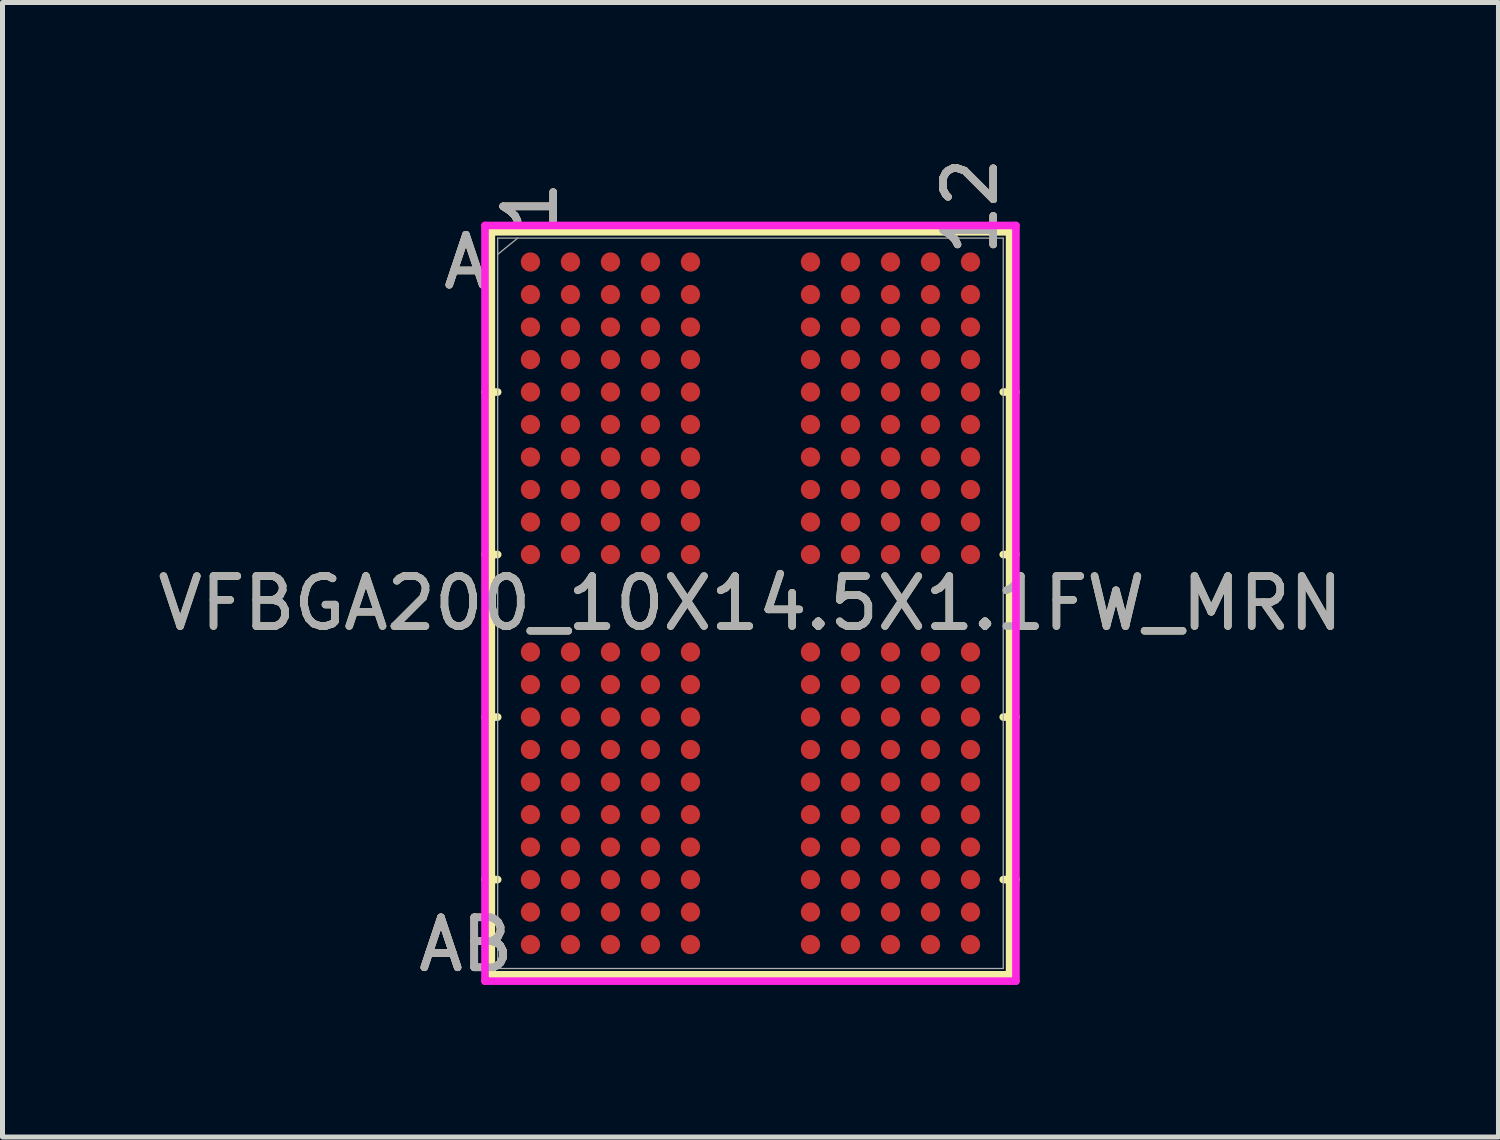
<source format=kicad_pcb>
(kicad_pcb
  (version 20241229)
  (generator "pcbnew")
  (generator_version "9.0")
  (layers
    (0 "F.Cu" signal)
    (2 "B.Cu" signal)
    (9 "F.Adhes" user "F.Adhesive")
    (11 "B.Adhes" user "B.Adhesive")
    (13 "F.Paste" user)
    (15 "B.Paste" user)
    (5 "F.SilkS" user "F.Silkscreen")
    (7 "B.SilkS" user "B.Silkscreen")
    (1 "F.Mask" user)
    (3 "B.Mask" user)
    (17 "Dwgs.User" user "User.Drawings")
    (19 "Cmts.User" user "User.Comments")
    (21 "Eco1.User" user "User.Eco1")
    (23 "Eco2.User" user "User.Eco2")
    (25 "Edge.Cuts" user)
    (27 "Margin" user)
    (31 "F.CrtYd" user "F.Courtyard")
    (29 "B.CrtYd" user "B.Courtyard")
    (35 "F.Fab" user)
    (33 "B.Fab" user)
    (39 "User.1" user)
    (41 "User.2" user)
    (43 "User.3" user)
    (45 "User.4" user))
  (footprint "VFBGA200_10X14.5X1.1FW_MRN"
    (layer "F.Cu")
    (at 11.958 9.015)
    (property "Reference" "VFBGA200_10X14.5X1.1FW_MRN" (at 0 0 0) (unlocked yes) (layer "F.SilkS") (effects (font (size 1 1) (thickness 0.15))))
    (attr smd)
    (fp_line (start -5.182 -7.429) (end -5.182 7.429) (stroke (width 0.152) (type solid)) (layer "F.SilkS"))
    (fp_line (start -5.182 7.429) (end 5.182 7.429) (stroke (width 0.152) (type solid)) (layer "F.SilkS"))
    (fp_line (start -5.055 -4.225) (end -5.309 -4.225) (stroke (width 0.152) (type solid)) (layer "F.SilkS"))
    (fp_line (start -5.055 -0.975) (end -5.309 -0.975) (stroke (width 0.152) (type solid)) (layer "F.SilkS"))
    (fp_line (start -5.055 2.275) (end -5.309 2.275) (stroke (width 0.152) (type solid)) (layer "F.SilkS"))
    (fp_line (start -5.055 5.525) (end -5.309 5.525) (stroke (width 0.152) (type solid)) (layer "F.SilkS"))
    (fp_line (start 5.055 -4.225) (end 5.309 -4.225) (stroke (width 0.152) (type solid)) (layer "F.SilkS"))
    (fp_line (start 5.055 -0.975) (end 5.309 -0.975) (stroke (width 0.152) (type solid)) (layer "F.SilkS"))
    (fp_line (start 5.055 2.275) (end 5.309 2.275) (stroke (width 0.152) (type solid)) (layer "F.SilkS"))
    (fp_line (start 5.055 5.525) (end 5.309 5.525) (stroke (width 0.152) (type solid)) (layer "F.SilkS"))
    (fp_line (start 5.182 -7.429) (end -5.182 -7.429) (stroke (width 0.152) (type solid)) (layer "F.SilkS"))
    (fp_line (start 5.182 7.429) (end 5.182 -7.429) (stroke (width 0.152) (type solid)) (layer "F.SilkS"))
    (fp_poly (pts (xy -5.245 -7.595) (xy 5.245 -7.595) (xy 5.245 7.595) (xy -5.245 7.595)) (stroke (width 0.1) (type solid)) (fill no) (layer "Eco2.User"))
    (fp_line (start -5.309 -7.556) (end 5.309 -7.556) (stroke (width 0.152) (type solid)) (layer "F.CrtYd"))
    (fp_line (start -5.309 7.556) (end -5.309 -7.556) (stroke (width 0.152) (type solid)) (layer "F.CrtYd"))
    (fp_line (start 5.309 -7.556) (end 5.309 7.556) (stroke (width 0.152) (type solid)) (layer "F.CrtYd"))
    (fp_line (start 5.309 7.556) (end -5.309 7.556) (stroke (width 0.152) (type solid)) (layer "F.CrtYd"))
    (fp_line (start -5.055 -7.303) (end -5.055 7.303) (stroke (width 0.025) (type solid)) (layer "F.Fab"))
    (fp_line (start -5.055 7.303) (end 5.055 7.303) (stroke (width 0.025) (type solid)) (layer "F.Fab"))
    (fp_line (start -4.655 -7.303) (end -5.055 -6.978) (stroke (width 0.025) (type solid)) (layer "F.Fab"))
    (fp_line (start 5.055 -7.303) (end -5.055 -7.303) (stroke (width 0.025) (type solid)) (layer "F.Fab"))
    (fp_line (start 5.055 7.303) (end 5.055 -7.303) (stroke (width 0.025) (type solid)) (layer "F.Fab"))
    (fp_text user "A" (at -5.69 -6.825 0) (unlocked yes) (layer "F.SilkS") (effects (font (size 1 1) (thickness 0.15))))
    (fp_text user "1" (at -4.4 -7.938 90) (unlocked yes) (layer "F.SilkS") (effects (font (size 1 1) (thickness 0.15))))
    (fp_text user "12" (at 4.4 -7.938 90) (unlocked yes) (layer "F.SilkS") (effects (font (size 1 1) (thickness 0.15))))
    (fp_text user "AB" (at -5.69 6.825 0) (unlocked yes) (layer "F.SilkS") (effects (font (size 1 1) (thickness 0.15))))
    (fp_text user "1" (at -4.4 -7.938 90) (unlocked yes) (layer "B.SilkS") (effects (font (size 1 1) (thickness 0.15))))
    (fp_text user "12" (at 4.4 -7.938 90) (unlocked yes) (layer "B.SilkS") (effects (font (size 1 1) (thickness 0.15))))
    (fp_text user "AB" (at -5.69 6.825 0) (unlocked yes) (layer "B.SilkS") (effects (font (size 1 1) (thickness 0.15))))
    (fp_text user "A" (at -5.69 -6.825 0) (unlocked yes) (layer "B.SilkS") (effects (font (size 1 1) (thickness 0.15))))
    (fp_text user "AB" (at -5.69 6.825 0) (unlocked yes) (layer "F.Fab") (effects (font (size 1 1) (thickness 0.15))))
    (fp_text user "A" (at -5.69 -6.825 0) (unlocked yes) (layer "F.Fab") (effects (font (size 1 1) (thickness 0.15))))
    (fp_text user "${REFERENCE}" (at 0 0 0) (unlocked yes) (layer "F.Fab") (effects (font (size 1 1) (thickness 0.15))))
    (fp_text user "12" (at 4.4 -7.938 90) (unlocked yes) (layer "F.Fab") (effects (font (size 1 1) (thickness 0.15))))
    (fp_text user "1" (at -4.4 -7.938 90) (unlocked yes) (layer "F.Fab") (effects (font (size 1 1) (thickness 0.15))))
    (pad "A1" smd circle (at -4.4 -6.825) (size 0.386 0.386) (layers "F.Cu" "F.Mask" "F.Paste"))
    (pad "A2" smd circle (at -3.6 -6.825) (size 0.386 0.386) (layers "F.Cu" "F.Mask" "F.Paste"))
    (pad "A3" smd circle (at -2.8 -6.825) (size 0.386 0.386) (layers "F.Cu" "F.Mask" "F.Paste"))
    (pad "A4" smd circle (at -2 -6.825) (size 0.386 0.386) (layers "F.Cu" "F.Mask" "F.Paste"))
    (pad "A5" smd circle (at -1.2 -6.825) (size 0.386 0.386) (layers "F.Cu" "F.Mask" "F.Paste"))
    (pad "A8" smd circle (at 1.2 -6.825) (size 0.386 0.386) (layers "F.Cu" "F.Mask" "F.Paste"))
    (pad "A9" smd circle (at 2 -6.825) (size 0.386 0.386) (layers "F.Cu" "F.Mask" "F.Paste"))
    (pad "A10" smd circle (at 2.8 -6.825) (size 0.386 0.386) (layers "F.Cu" "F.Mask" "F.Paste"))
    (pad "A11" smd circle (at 3.6 -6.825) (size 0.386 0.386) (layers "F.Cu" "F.Mask" "F.Paste"))
    (pad "A12" smd circle (at 4.4 -6.825) (size 0.386 0.386) (layers "F.Cu" "F.Mask" "F.Paste"))
    (pad "AA1" smd circle (at -4.4 6.175) (size 0.386 0.386) (layers "F.Cu" "F.Mask" "F.Paste"))
    (pad "AA2" smd circle (at -3.6 6.175) (size 0.386 0.386) (layers "F.Cu" "F.Mask" "F.Paste"))
    (pad "AA3" smd circle (at -2.8 6.175) (size 0.386 0.386) (layers "F.Cu" "F.Mask" "F.Paste"))
    (pad "AA4" smd circle (at -2 6.175) (size 0.386 0.386) (layers "F.Cu" "F.Mask" "F.Paste"))
    (pad "AA5" smd circle (at -1.2 6.175) (size 0.386 0.386) (layers "F.Cu" "F.Mask" "F.Paste"))
    (pad "AA8" smd circle (at 1.2 6.175) (size 0.386 0.386) (layers "F.Cu" "F.Mask" "F.Paste"))
    (pad "AA9" smd circle (at 2 6.175) (size 0.386 0.386) (layers "F.Cu" "F.Mask" "F.Paste"))
    (pad "AA10" smd circle (at 2.8 6.175) (size 0.386 0.386) (layers "F.Cu" "F.Mask" "F.Paste"))
    (pad "AA11" smd circle (at 3.6 6.175) (size 0.386 0.386) (layers "F.Cu" "F.Mask" "F.Paste"))
    (pad "AA12" smd circle (at 4.4 6.175) (size 0.386 0.386) (layers "F.Cu" "F.Mask" "F.Paste"))
    (pad "AB1" smd circle (at -4.4 6.825) (size 0.386 0.386) (layers "F.Cu" "F.Mask" "F.Paste"))
    (pad "AB2" smd circle (at -3.6 6.825) (size 0.386 0.386) (layers "F.Cu" "F.Mask" "F.Paste"))
    (pad "AB3" smd circle (at -2.8 6.825) (size 0.386 0.386) (layers "F.Cu" "F.Mask" "F.Paste"))
    (pad "AB4" smd circle (at -2 6.825) (size 0.386 0.386) (layers "F.Cu" "F.Mask" "F.Paste"))
    (pad "AB5" smd circle (at -1.2 6.825) (size 0.386 0.386) (layers "F.Cu" "F.Mask" "F.Paste"))
    (pad "AB8" smd circle (at 1.2 6.825) (size 0.386 0.386) (layers "F.Cu" "F.Mask" "F.Paste"))
    (pad "AB9" smd circle (at 2 6.825) (size 0.386 0.386) (layers "F.Cu" "F.Mask" "F.Paste"))
    (pad "AB10" smd circle (at 2.8 6.825) (size 0.386 0.386) (layers "F.Cu" "F.Mask" "F.Paste"))
    (pad "AB11" smd circle (at 3.6 6.825) (size 0.386 0.386) (layers "F.Cu" "F.Mask" "F.Paste"))
    (pad "AB12" smd circle (at 4.4 6.825) (size 0.386 0.386) (layers "F.Cu" "F.Mask" "F.Paste"))
    (pad "B1" smd circle (at -4.4 -6.175) (size 0.386 0.386) (layers "F.Cu" "F.Mask" "F.Paste"))
    (pad "B2" smd circle (at -3.6 -6.175) (size 0.386 0.386) (layers "F.Cu" "F.Mask" "F.Paste"))
    (pad "B3" smd circle (at -2.8 -6.175) (size 0.386 0.386) (layers "F.Cu" "F.Mask" "F.Paste"))
    (pad "B4" smd circle (at -2 -6.175) (size 0.386 0.386) (layers "F.Cu" "F.Mask" "F.Paste"))
    (pad "B5" smd circle (at -1.2 -6.175) (size 0.386 0.386) (layers "F.Cu" "F.Mask" "F.Paste"))
    (pad "B8" smd circle (at 1.2 -6.175) (size 0.386 0.386) (layers "F.Cu" "F.Mask" "F.Paste"))
    (pad "B9" smd circle (at 2 -6.175) (size 0.386 0.386) (layers "F.Cu" "F.Mask" "F.Paste"))
    (pad "B10" smd circle (at 2.8 -6.175) (size 0.386 0.386) (layers "F.Cu" "F.Mask" "F.Paste"))
    (pad "B11" smd circle (at 3.6 -6.175) (size 0.386 0.386) (layers "F.Cu" "F.Mask" "F.Paste"))
    (pad "B12" smd circle (at 4.4 -6.175) (size 0.386 0.386) (layers "F.Cu" "F.Mask" "F.Paste"))
    (pad "C1" smd circle (at -4.4 -5.525) (size 0.386 0.386) (layers "F.Cu" "F.Mask" "F.Paste"))
    (pad "C2" smd circle (at -3.6 -5.525) (size 0.386 0.386) (layers "F.Cu" "F.Mask" "F.Paste"))
    (pad "C3" smd circle (at -2.8 -5.525) (size 0.386 0.386) (layers "F.Cu" "F.Mask" "F.Paste"))
    (pad "C4" smd circle (at -2 -5.525) (size 0.386 0.386) (layers "F.Cu" "F.Mask" "F.Paste"))
    (pad "C5" smd circle (at -1.2 -5.525) (size 0.386 0.386) (layers "F.Cu" "F.Mask" "F.Paste"))
    (pad "C8" smd circle (at 1.2 -5.525) (size 0.386 0.386) (layers "F.Cu" "F.Mask" "F.Paste"))
    (pad "C9" smd circle (at 2 -5.525) (size 0.386 0.386) (layers "F.Cu" "F.Mask" "F.Paste"))
    (pad "C10" smd circle (at 2.8 -5.525) (size 0.386 0.386) (layers "F.Cu" "F.Mask" "F.Paste"))
    (pad "C11" smd circle (at 3.6 -5.525) (size 0.386 0.386) (layers "F.Cu" "F.Mask" "F.Paste"))
    (pad "C12" smd circle (at 4.4 -5.525) (size 0.386 0.386) (layers "F.Cu" "F.Mask" "F.Paste"))
    (pad "D1" smd circle (at -4.4 -4.875) (size 0.386 0.386) (layers "F.Cu" "F.Mask" "F.Paste"))
    (pad "D2" smd circle (at -3.6 -4.875) (size 0.386 0.386) (layers "F.Cu" "F.Mask" "F.Paste"))
    (pad "D3" smd circle (at -2.8 -4.875) (size 0.386 0.386) (layers "F.Cu" "F.Mask" "F.Paste"))
    (pad "D4" smd circle (at -2 -4.875) (size 0.386 0.386) (layers "F.Cu" "F.Mask" "F.Paste"))
    (pad "D5" smd circle (at -1.2 -4.875) (size 0.386 0.386) (layers "F.Cu" "F.Mask" "F.Paste"))
    (pad "D8" smd circle (at 1.2 -4.875) (size 0.386 0.386) (layers "F.Cu" "F.Mask" "F.Paste"))
    (pad "D9" smd circle (at 2 -4.875) (size 0.386 0.386) (layers "F.Cu" "F.Mask" "F.Paste"))
    (pad "D10" smd circle (at 2.8 -4.875) (size 0.386 0.386) (layers "F.Cu" "F.Mask" "F.Paste"))
    (pad "D11" smd circle (at 3.6 -4.875) (size 0.386 0.386) (layers "F.Cu" "F.Mask" "F.Paste"))
    (pad "D12" smd circle (at 4.4 -4.875) (size 0.386 0.386) (layers "F.Cu" "F.Mask" "F.Paste"))
    (pad "E1" smd circle (at -4.4 -4.225) (size 0.386 0.386) (layers "F.Cu" "F.Mask" "F.Paste"))
    (pad "E2" smd circle (at -3.6 -4.225) (size 0.386 0.386) (layers "F.Cu" "F.Mask" "F.Paste"))
    (pad "E3" smd circle (at -2.8 -4.225) (size 0.386 0.386) (layers "F.Cu" "F.Mask" "F.Paste"))
    (pad "E4" smd circle (at -2 -4.225) (size 0.386 0.386) (layers "F.Cu" "F.Mask" "F.Paste"))
    (pad "E5" smd circle (at -1.2 -4.225) (size 0.386 0.386) (layers "F.Cu" "F.Mask" "F.Paste"))
    (pad "E8" smd circle (at 1.2 -4.225) (size 0.386 0.386) (layers "F.Cu" "F.Mask" "F.Paste"))
    (pad "E9" smd circle (at 2 -4.225) (size 0.386 0.386) (layers "F.Cu" "F.Mask" "F.Paste"))
    (pad "E10" smd circle (at 2.8 -4.225) (size 0.386 0.386) (layers "F.Cu" "F.Mask" "F.Paste"))
    (pad "E11" smd circle (at 3.6 -4.225) (size 0.386 0.386) (layers "F.Cu" "F.Mask" "F.Paste"))
    (pad "E12" smd circle (at 4.4 -4.225) (size 0.386 0.386) (layers "F.Cu" "F.Mask" "F.Paste"))
    (pad "F1" smd circle (at -4.4 -3.575) (size 0.386 0.386) (layers "F.Cu" "F.Mask" "F.Paste"))
    (pad "F2" smd circle (at -3.6 -3.575) (size 0.386 0.386) (layers "F.Cu" "F.Mask" "F.Paste"))
    (pad "F3" smd circle (at -2.8 -3.575) (size 0.386 0.386) (layers "F.Cu" "F.Mask" "F.Paste"))
    (pad "F4" smd circle (at -2 -3.575) (size 0.386 0.386) (layers "F.Cu" "F.Mask" "F.Paste"))
    (pad "F5" smd circle (at -1.2 -3.575) (size 0.386 0.386) (layers "F.Cu" "F.Mask" "F.Paste"))
    (pad "F8" smd circle (at 1.2 -3.575) (size 0.386 0.386) (layers "F.Cu" "F.Mask" "F.Paste"))
    (pad "F9" smd circle (at 2 -3.575) (size 0.386 0.386) (layers "F.Cu" "F.Mask" "F.Paste"))
    (pad "F10" smd circle (at 2.8 -3.575) (size 0.386 0.386) (layers "F.Cu" "F.Mask" "F.Paste"))
    (pad "F11" smd circle (at 3.6 -3.575) (size 0.386 0.386) (layers "F.Cu" "F.Mask" "F.Paste"))
    (pad "F12" smd circle (at 4.4 -3.575) (size 0.386 0.386) (layers "F.Cu" "F.Mask" "F.Paste"))
    (pad "G1" smd circle (at -4.4 -2.925) (size 0.386 0.386) (layers "F.Cu" "F.Mask" "F.Paste"))
    (pad "G2" smd circle (at -3.6 -2.925) (size 0.386 0.386) (layers "F.Cu" "F.Mask" "F.Paste"))
    (pad "G3" smd circle (at -2.8 -2.925) (size 0.386 0.386) (layers "F.Cu" "F.Mask" "F.Paste"))
    (pad "G4" smd circle (at -2 -2.925) (size 0.386 0.386) (layers "F.Cu" "F.Mask" "F.Paste"))
    (pad "G5" smd circle (at -1.2 -2.925) (size 0.386 0.386) (layers "F.Cu" "F.Mask" "F.Paste"))
    (pad "G8" smd circle (at 1.2 -2.925) (size 0.386 0.386) (layers "F.Cu" "F.Mask" "F.Paste"))
    (pad "G9" smd circle (at 2 -2.925) (size 0.386 0.386) (layers "F.Cu" "F.Mask" "F.Paste"))
    (pad "G10" smd circle (at 2.8 -2.925) (size 0.386 0.386) (layers "F.Cu" "F.Mask" "F.Paste"))
    (pad "G11" smd circle (at 3.6 -2.925) (size 0.386 0.386) (layers "F.Cu" "F.Mask" "F.Paste"))
    (pad "G12" smd circle (at 4.4 -2.925) (size 0.386 0.386) (layers "F.Cu" "F.Mask" "F.Paste"))
    (pad "H1" smd circle (at -4.4 -2.275) (size 0.386 0.386) (layers "F.Cu" "F.Mask" "F.Paste"))
    (pad "H2" smd circle (at -3.6 -2.275) (size 0.386 0.386) (layers "F.Cu" "F.Mask" "F.Paste"))
    (pad "H3" smd circle (at -2.8 -2.275) (size 0.386 0.386) (layers "F.Cu" "F.Mask" "F.Paste"))
    (pad "H4" smd circle (at -2 -2.275) (size 0.386 0.386) (layers "F.Cu" "F.Mask" "F.Paste"))
    (pad "H5" smd circle (at -1.2 -2.275) (size 0.386 0.386) (layers "F.Cu" "F.Mask" "F.Paste"))
    (pad "H8" smd circle (at 1.2 -2.275) (size 0.386 0.386) (layers "F.Cu" "F.Mask" "F.Paste"))
    (pad "H9" smd circle (at 2 -2.275) (size 0.386 0.386) (layers "F.Cu" "F.Mask" "F.Paste"))
    (pad "H10" smd circle (at 2.8 -2.275) (size 0.386 0.386) (layers "F.Cu" "F.Mask" "F.Paste"))
    (pad "H11" smd circle (at 3.6 -2.275) (size 0.386 0.386) (layers "F.Cu" "F.Mask" "F.Paste"))
    (pad "H12" smd circle (at 4.4 -2.275) (size 0.386 0.386) (layers "F.Cu" "F.Mask" "F.Paste"))
    (pad "J1" smd circle (at -4.4 -1.625) (size 0.386 0.386) (layers "F.Cu" "F.Mask" "F.Paste"))
    (pad "J2" smd circle (at -3.6 -1.625) (size 0.386 0.386) (layers "F.Cu" "F.Mask" "F.Paste"))
    (pad "J3" smd circle (at -2.8 -1.625) (size 0.386 0.386) (layers "F.Cu" "F.Mask" "F.Paste"))
    (pad "J4" smd circle (at -2 -1.625) (size 0.386 0.386) (layers "F.Cu" "F.Mask" "F.Paste"))
    (pad "J5" smd circle (at -1.2 -1.625) (size 0.386 0.386) (layers "F.Cu" "F.Mask" "F.Paste"))
    (pad "J8" smd circle (at 1.2 -1.625) (size 0.386 0.386) (layers "F.Cu" "F.Mask" "F.Paste"))
    (pad "J9" smd circle (at 2 -1.625) (size 0.386 0.386) (layers "F.Cu" "F.Mask" "F.Paste"))
    (pad "J10" smd circle (at 2.8 -1.625) (size 0.386 0.386) (layers "F.Cu" "F.Mask" "F.Paste"))
    (pad "J11" smd circle (at 3.6 -1.625) (size 0.386 0.386) (layers "F.Cu" "F.Mask" "F.Paste"))
    (pad "J12" smd circle (at 4.4 -1.625) (size 0.386 0.386) (layers "F.Cu" "F.Mask" "F.Paste"))
    (pad "K1" smd circle (at -4.4 -0.975) (size 0.386 0.386) (layers "F.Cu" "F.Mask" "F.Paste"))
    (pad "K2" smd circle (at -3.6 -0.975) (size 0.386 0.386) (layers "F.Cu" "F.Mask" "F.Paste"))
    (pad "K3" smd circle (at -2.8 -0.975) (size 0.386 0.386) (layers "F.Cu" "F.Mask" "F.Paste"))
    (pad "K4" smd circle (at -2 -0.975) (size 0.386 0.386) (layers "F.Cu" "F.Mask" "F.Paste"))
    (pad "K5" smd circle (at -1.2 -0.975) (size 0.386 0.386) (layers "F.Cu" "F.Mask" "F.Paste"))
    (pad "K8" smd circle (at 1.2 -0.975) (size 0.386 0.386) (layers "F.Cu" "F.Mask" "F.Paste"))
    (pad "K9" smd circle (at 2 -0.975) (size 0.386 0.386) (layers "F.Cu" "F.Mask" "F.Paste"))
    (pad "K10" smd circle (at 2.8 -0.975) (size 0.386 0.386) (layers "F.Cu" "F.Mask" "F.Paste"))
    (pad "K11" smd circle (at 3.6 -0.975) (size 0.386 0.386) (layers "F.Cu" "F.Mask" "F.Paste"))
    (pad "K12" smd circle (at 4.4 -0.975) (size 0.386 0.386) (layers "F.Cu" "F.Mask" "F.Paste"))
    (pad "N1" smd circle (at -4.4 0.975) (size 0.386 0.386) (layers "F.Cu" "F.Mask" "F.Paste"))
    (pad "N2" smd circle (at -3.6 0.975) (size 0.386 0.386) (layers "F.Cu" "F.Mask" "F.Paste"))
    (pad "N3" smd circle (at -2.8 0.975) (size 0.386 0.386) (layers "F.Cu" "F.Mask" "F.Paste"))
    (pad "N4" smd circle (at -2 0.975) (size 0.386 0.386) (layers "F.Cu" "F.Mask" "F.Paste"))
    (pad "N5" smd circle (at -1.2 0.975) (size 0.386 0.386) (layers "F.Cu" "F.Mask" "F.Paste"))
    (pad "N8" smd circle (at 1.2 0.975) (size 0.386 0.386) (layers "F.Cu" "F.Mask" "F.Paste"))
    (pad "N9" smd circle (at 2 0.975) (size 0.386 0.386) (layers "F.Cu" "F.Mask" "F.Paste"))
    (pad "N10" smd circle (at 2.8 0.975) (size 0.386 0.386) (layers "F.Cu" "F.Mask" "F.Paste"))
    (pad "N11" smd circle (at 3.6 0.975) (size 0.386 0.386) (layers "F.Cu" "F.Mask" "F.Paste"))
    (pad "N12" smd circle (at 4.4 0.975) (size 0.386 0.386) (layers "F.Cu" "F.Mask" "F.Paste"))
    (pad "P1" smd circle (at -4.4 1.625) (size 0.386 0.386) (layers "F.Cu" "F.Mask" "F.Paste"))
    (pad "P2" smd circle (at -3.6 1.625) (size 0.386 0.386) (layers "F.Cu" "F.Mask" "F.Paste"))
    (pad "P3" smd circle (at -2.8 1.625) (size 0.386 0.386) (layers "F.Cu" "F.Mask" "F.Paste"))
    (pad "P4" smd circle (at -2 1.625) (size 0.386 0.386) (layers "F.Cu" "F.Mask" "F.Paste"))
    (pad "P5" smd circle (at -1.2 1.625) (size 0.386 0.386) (layers "F.Cu" "F.Mask" "F.Paste"))
    (pad "P8" smd circle (at 1.2 1.625) (size 0.386 0.386) (layers "F.Cu" "F.Mask" "F.Paste"))
    (pad "P9" smd circle (at 2 1.625) (size 0.386 0.386) (layers "F.Cu" "F.Mask" "F.Paste"))
    (pad "P10" smd circle (at 2.8 1.625) (size 0.386 0.386) (layers "F.Cu" "F.Mask" "F.Paste"))
    (pad "P11" smd circle (at 3.6 1.625) (size 0.386 0.386) (layers "F.Cu" "F.Mask" "F.Paste"))
    (pad "P12" smd circle (at 4.4 1.625) (size 0.386 0.386) (layers "F.Cu" "F.Mask" "F.Paste"))
    (pad "R1" smd circle (at -4.4 2.275) (size 0.386 0.386) (layers "F.Cu" "F.Mask" "F.Paste"))
    (pad "R2" smd circle (at -3.6 2.275) (size 0.386 0.386) (layers "F.Cu" "F.Mask" "F.Paste"))
    (pad "R3" smd circle (at -2.8 2.275) (size 0.386 0.386) (layers "F.Cu" "F.Mask" "F.Paste"))
    (pad "R4" smd circle (at -2 2.275) (size 0.386 0.386) (layers "F.Cu" "F.Mask" "F.Paste"))
    (pad "R5" smd circle (at -1.2 2.275) (size 0.386 0.386) (layers "F.Cu" "F.Mask" "F.Paste"))
    (pad "R8" smd circle (at 1.2 2.275) (size 0.386 0.386) (layers "F.Cu" "F.Mask" "F.Paste"))
    (pad "R9" smd circle (at 2 2.275) (size 0.386 0.386) (layers "F.Cu" "F.Mask" "F.Paste"))
    (pad "R10" smd circle (at 2.8 2.275) (size 0.386 0.386) (layers "F.Cu" "F.Mask" "F.Paste"))
    (pad "R11" smd circle (at 3.6 2.275) (size 0.386 0.386) (layers "F.Cu" "F.Mask" "F.Paste"))
    (pad "R12" smd circle (at 4.4 2.275) (size 0.386 0.386) (layers "F.Cu" "F.Mask" "F.Paste"))
    (pad "T1" smd circle (at -4.4 2.925) (size 0.386 0.386) (layers "F.Cu" "F.Mask" "F.Paste"))
    (pad "T2" smd circle (at -3.6 2.925) (size 0.386 0.386) (layers "F.Cu" "F.Mask" "F.Paste"))
    (pad "T3" smd circle (at -2.8 2.925) (size 0.386 0.386) (layers "F.Cu" "F.Mask" "F.Paste"))
    (pad "T4" smd circle (at -2 2.925) (size 0.386 0.386) (layers "F.Cu" "F.Mask" "F.Paste"))
    (pad "T5" smd circle (at -1.2 2.925) (size 0.386 0.386) (layers "F.Cu" "F.Mask" "F.Paste"))
    (pad "T8" smd circle (at 1.2 2.925) (size 0.386 0.386) (layers "F.Cu" "F.Mask" "F.Paste"))
    (pad "T9" smd circle (at 2 2.925) (size 0.386 0.386) (layers "F.Cu" "F.Mask" "F.Paste"))
    (pad "T10" smd circle (at 2.8 2.925) (size 0.386 0.386) (layers "F.Cu" "F.Mask" "F.Paste"))
    (pad "T11" smd circle (at 3.6 2.925) (size 0.386 0.386) (layers "F.Cu" "F.Mask" "F.Paste"))
    (pad "T12" smd circle (at 4.4 2.925) (size 0.386 0.386) (layers "F.Cu" "F.Mask" "F.Paste"))
    (pad "U1" smd circle (at -4.4 3.575) (size 0.386 0.386) (layers "F.Cu" "F.Mask" "F.Paste"))
    (pad "U2" smd circle (at -3.6 3.575) (size 0.386 0.386) (layers "F.Cu" "F.Mask" "F.Paste"))
    (pad "U3" smd circle (at -2.8 3.575) (size 0.386 0.386) (layers "F.Cu" "F.Mask" "F.Paste"))
    (pad "U4" smd circle (at -2 3.575) (size 0.386 0.386) (layers "F.Cu" "F.Mask" "F.Paste"))
    (pad "U5" smd circle (at -1.2 3.575) (size 0.386 0.386) (layers "F.Cu" "F.Mask" "F.Paste"))
    (pad "U8" smd circle (at 1.2 3.575) (size 0.386 0.386) (layers "F.Cu" "F.Mask" "F.Paste"))
    (pad "U9" smd circle (at 2 3.575) (size 0.386 0.386) (layers "F.Cu" "F.Mask" "F.Paste"))
    (pad "U10" smd circle (at 2.8 3.575) (size 0.386 0.386) (layers "F.Cu" "F.Mask" "F.Paste"))
    (pad "U11" smd circle (at 3.6 3.575) (size 0.386 0.386) (layers "F.Cu" "F.Mask" "F.Paste"))
    (pad "U12" smd circle (at 4.4 3.575) (size 0.386 0.386) (layers "F.Cu" "F.Mask" "F.Paste"))
    (pad "V1" smd circle (at -4.4 4.225) (size 0.386 0.386) (layers "F.Cu" "F.Mask" "F.Paste"))
    (pad "V2" smd circle (at -3.6 4.225) (size 0.386 0.386) (layers "F.Cu" "F.Mask" "F.Paste"))
    (pad "V3" smd circle (at -2.8 4.225) (size 0.386 0.386) (layers "F.Cu" "F.Mask" "F.Paste"))
    (pad "V4" smd circle (at -2 4.225) (size 0.386 0.386) (layers "F.Cu" "F.Mask" "F.Paste"))
    (pad "V5" smd circle (at -1.2 4.225) (size 0.386 0.386) (layers "F.Cu" "F.Mask" "F.Paste"))
    (pad "V8" smd circle (at 1.2 4.225) (size 0.386 0.386) (layers "F.Cu" "F.Mask" "F.Paste"))
    (pad "V9" smd circle (at 2 4.225) (size 0.386 0.386) (layers "F.Cu" "F.Mask" "F.Paste"))
    (pad "V10" smd circle (at 2.8 4.225) (size 0.386 0.386) (layers "F.Cu" "F.Mask" "F.Paste"))
    (pad "V11" smd circle (at 3.6 4.225) (size 0.386 0.386) (layers "F.Cu" "F.Mask" "F.Paste"))
    (pad "V12" smd circle (at 4.4 4.225) (size 0.386 0.386) (layers "F.Cu" "F.Mask" "F.Paste"))
    (pad "W1" smd circle (at -4.4 4.875) (size 0.386 0.386) (layers "F.Cu" "F.Mask" "F.Paste"))
    (pad "W2" smd circle (at -3.6 4.875) (size 0.386 0.386) (layers "F.Cu" "F.Mask" "F.Paste"))
    (pad "W3" smd circle (at -2.8 4.875) (size 0.386 0.386) (layers "F.Cu" "F.Mask" "F.Paste"))
    (pad "W4" smd circle (at -2 4.875) (size 0.386 0.386) (layers "F.Cu" "F.Mask" "F.Paste"))
    (pad "W5" smd circle (at -1.2 4.875) (size 0.386 0.386) (layers "F.Cu" "F.Mask" "F.Paste"))
    (pad "W8" smd circle (at 1.2 4.875) (size 0.386 0.386) (layers "F.Cu" "F.Mask" "F.Paste"))
    (pad "W9" smd circle (at 2 4.875) (size 0.386 0.386) (layers "F.Cu" "F.Mask" "F.Paste"))
    (pad "W10" smd circle (at 2.8 4.875) (size 0.386 0.386) (layers "F.Cu" "F.Mask" "F.Paste"))
    (pad "W11" smd circle (at 3.6 4.875) (size 0.386 0.386) (layers "F.Cu" "F.Mask" "F.Paste"))
    (pad "W12" smd circle (at 4.4 4.875) (size 0.386 0.386) (layers "F.Cu" "F.Mask" "F.Paste"))
    (pad "Y1" smd circle (at -4.4 5.525) (size 0.386 0.386) (layers "F.Cu" "F.Mask" "F.Paste"))
    (pad "Y2" smd circle (at -3.6 5.525) (size 0.386 0.386) (layers "F.Cu" "F.Mask" "F.Paste"))
    (pad "Y3" smd circle (at -2.8 5.525) (size 0.386 0.386) (layers "F.Cu" "F.Mask" "F.Paste"))
    (pad "Y4" smd circle (at -2 5.525) (size 0.386 0.386) (layers "F.Cu" "F.Mask" "F.Paste"))
    (pad "Y5" smd circle (at -1.2 5.525) (size 0.386 0.386) (layers "F.Cu" "F.Mask" "F.Paste"))
    (pad "Y8" smd circle (at 1.2 5.525) (size 0.386 0.386) (layers "F.Cu" "F.Mask" "F.Paste"))
    (pad "Y9" smd circle (at 2 5.525) (size 0.386 0.386) (layers "F.Cu" "F.Mask" "F.Paste"))
    (pad "Y10" smd circle (at 2.8 5.525) (size 0.386 0.386) (layers "F.Cu" "F.Mask" "F.Paste"))
    (pad "Y11" smd circle (at 3.6 5.525) (size 0.386 0.386) (layers "F.Cu" "F.Mask" "F.Paste"))
    (pad "Y12" smd circle (at 4.4 5.525) (size 0.386 0.386) (layers "F.Cu" "F.Mask" "F.Paste")))
  (gr_rect
    (start -3 -3)
    (end 26.917 19.688)
    (stroke (width 0.1) (type default))
    (fill no)
    (layer "Edge.Cuts")))
</source>
